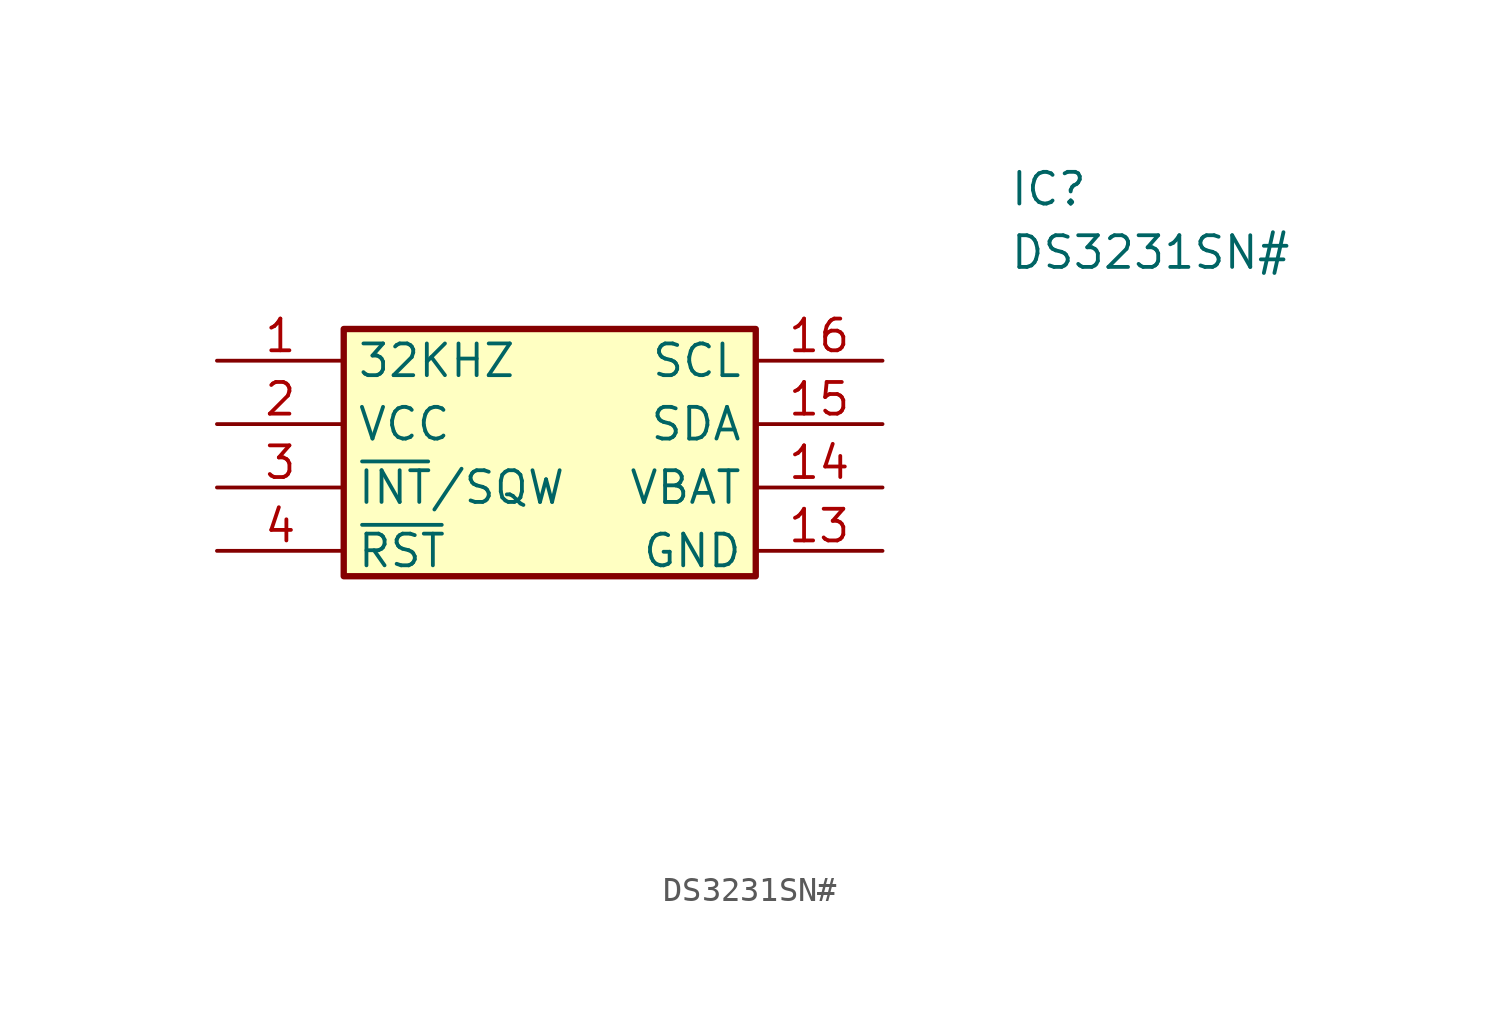
<source format=kicad_sym>
(kicad_symbol_lib
  (version 20241209)
  (generator "kicad_symbol_editor")
  (generator_version "9.0")
  (symbol "DS3231SN#"
    (property "Reference" "IC"
      (at 31.75 7.62 0)
      (effects (font (size 1.27 1.27)) (justify left top)))
    (property "Value" "DS3231SN#"
      (at 31.75 5.08 0)
      (effects (font (size 1.27 1.27)) (justify left top)))
    (symbol "DS3231SN#_1_1"
      (rectangle (start 5.08 1.27) (end 21.59 -8.636) (stroke (width 0.254) (type default)) (fill (type background)))
      (pin passive line (at 0 0 0) (length 5.08) (name "32KHZ" (effects (font (size 1.27 1.27)))) (number "1" (effects (font (size 1.27 1.27)))))
      (pin passive line (at 0 -2.54 0) (length 5.08) (name "VCC" (effects (font (size 1.27 1.27)))) (number "2" (effects (font (size 1.27 1.27)))))
      (pin passive line (at 0 -5.08 0) (length 5.08) (name "~{INT}/SQW" (effects (font (size 1.27 1.27)))) (number "3" (effects (font (size 1.27 1.27)))))
      (pin passive line (at 0 -7.62 0) (length 5.08) (name "~{RST}" (effects (font (size 1.27 1.27)))) (number "4" (effects (font (size 1.27 1.27)))))
      (pin no_connect line (at 0 -10.16 0) (length 5.08) (hide yes) (name "N.C._1" (effects (font (size 1.27 1.27)))) (number "5" (effects (font (size 1.27 1.27)))))
      (pin no_connect line (at 0 -12.7 0) (length 5.08) (hide yes) (name "N.C._2" (effects (font (size 1.27 1.27)))) (number "6" (effects (font (size 1.27 1.27)))))
      (pin no_connect line (at 0 -15.24 0) (length 5.08) (hide yes) (name "N.C._3" (effects (font (size 1.27 1.27)))) (number "7" (effects (font (size 1.27 1.27)))))
      (pin no_connect line (at 0 -17.78 0) (length 5.08) (hide yes) (name "N.C._4" (effects (font (size 1.27 1.27)))) (number "8" (effects (font (size 1.27 1.27)))))
      (pin passive line (at 26.67 0 180) (length 5.08) (name "SCL" (effects (font (size 1.27 1.27)))) (number "16" (effects (font (size 1.27 1.27)))))
      (pin passive line (at 26.67 -2.54 180) (length 5.08) (name "SDA" (effects (font (size 1.27 1.27)))) (number "15" (effects (font (size 1.27 1.27)))))
      (pin passive line (at 26.67 -5.08 180) (length 5.08) (name "VBAT" (effects (font (size 1.27 1.27)))) (number "14" (effects (font (size 1.27 1.27)))))
      (pin passive line (at 26.67 -7.62 180) (length 5.08) (name "GND" (effects (font (size 1.27 1.27)))) (number "13" (effects (font (size 1.27 1.27)))))
      (pin no_connect line (at 35.56 -10.16 180) (length 5.08) (hide yes) (name "N.C._8" (effects (font (size 1.27 1.27)))) (number "12" (effects (font (size 1.27 1.27)))))
      (pin no_connect line (at 35.56 -12.7 180) (length 5.08) (hide yes) (name "N.C._7" (effects (font (size 1.27 1.27)))) (number "11" (effects (font (size 1.27 1.27)))))
      (pin no_connect line (at 35.56 -15.24 180) (length 5.08) (hide yes) (name "N.C._6" (effects (font (size 1.27 1.27)))) (number "10" (effects (font (size 1.27 1.27)))))
      (pin no_connect line (at 35.56 -17.78 180) (length 5.08) (hide yes) (name "N.C._5" (effects (font (size 1.27 1.27)))) (number "9" (effects (font (size 1.27 1.27))))))))
</source>
